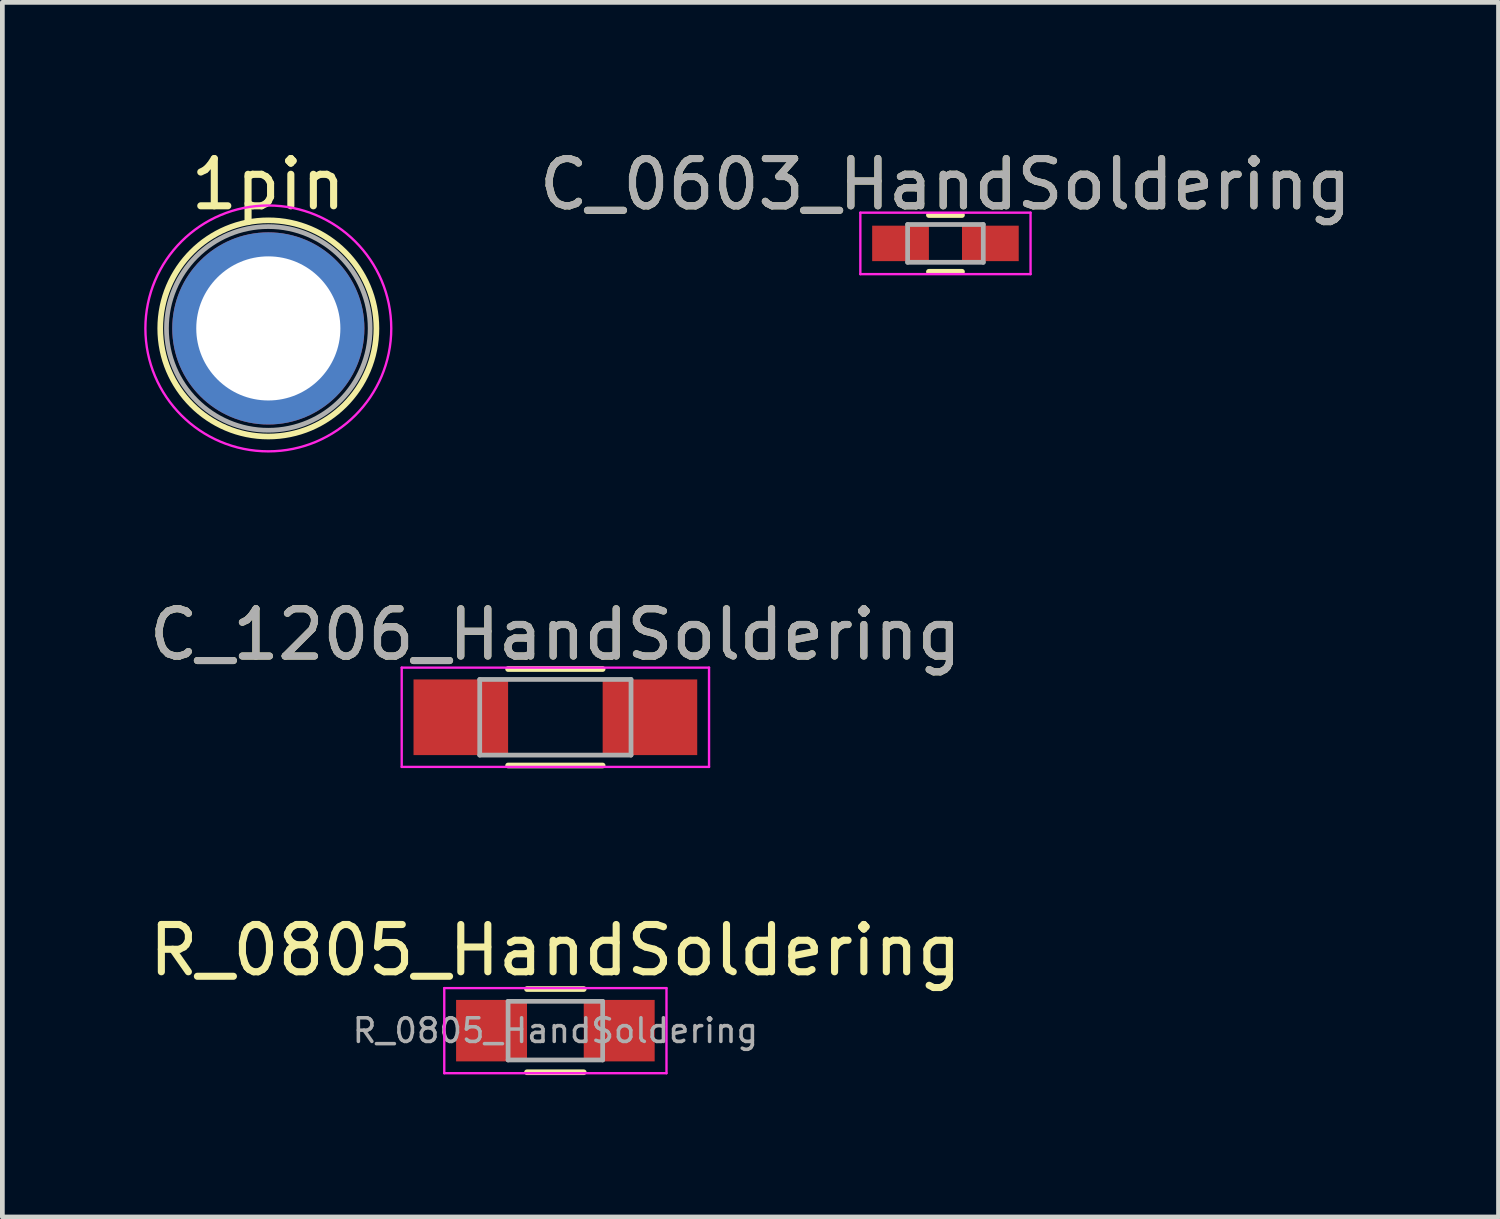
<source format=kicad_pcb>
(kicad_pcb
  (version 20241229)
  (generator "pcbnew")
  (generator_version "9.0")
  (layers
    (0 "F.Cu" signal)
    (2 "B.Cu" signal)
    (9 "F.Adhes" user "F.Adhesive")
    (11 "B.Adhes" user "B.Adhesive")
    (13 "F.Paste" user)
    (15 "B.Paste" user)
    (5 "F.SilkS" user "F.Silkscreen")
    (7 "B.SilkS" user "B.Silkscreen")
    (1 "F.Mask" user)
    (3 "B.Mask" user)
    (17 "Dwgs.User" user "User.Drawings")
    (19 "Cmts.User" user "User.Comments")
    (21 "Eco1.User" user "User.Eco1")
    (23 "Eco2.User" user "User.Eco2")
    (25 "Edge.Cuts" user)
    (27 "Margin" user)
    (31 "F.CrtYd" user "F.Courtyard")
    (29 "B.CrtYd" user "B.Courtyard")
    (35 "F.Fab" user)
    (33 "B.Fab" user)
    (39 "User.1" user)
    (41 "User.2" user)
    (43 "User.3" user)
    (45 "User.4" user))
  (footprint "R_0805_HandSoldering"
    (layer "F.Cu")
    (at 8.696 18.748)
    (property "Reference" "R_0805_HandSoldering" (at 0 -1.7 0) (layer "F.SilkS") (effects (font (size 1 1) (thickness 0.15))))
    (attr smd)
    (fp_line (start -0.6 -0.88) (end 0.6 -0.88) (stroke (width 0.12) (type solid)) (layer "F.SilkS"))
    (fp_line (start 0.6 0.88) (end -0.6 0.88) (stroke (width 0.12) (type solid)) (layer "F.SilkS"))
    (fp_line (start -2.35 -0.9) (end -2.35 0.9) (stroke (width 0.05) (type solid)) (layer "F.CrtYd"))
    (fp_line (start -2.35 -0.9) (end 2.35 -0.9) (stroke (width 0.05) (type solid)) (layer "F.CrtYd"))
    (fp_line (start 2.35 0.9) (end -2.35 0.9) (stroke (width 0.05) (type solid)) (layer "F.CrtYd"))
    (fp_line (start 2.35 0.9) (end 2.35 -0.9) (stroke (width 0.05) (type solid)) (layer "F.CrtYd"))
    (fp_line (start -1 -0.62) (end 1 -0.62) (stroke (width 0.1) (type solid)) (layer "F.Fab"))
    (fp_line (start -1 0.62) (end -1 -0.62) (stroke (width 0.1) (type solid)) (layer "F.Fab"))
    (fp_line (start 1 -0.62) (end 1 0.62) (stroke (width 0.1) (type solid)) (layer "F.Fab"))
    (fp_line (start 1 0.62) (end -1 0.62) (stroke (width 0.1) (type solid)) (layer "F.Fab"))
    (fp_text user "${REFERENCE}" (at 0 0 0) (layer "F.Fab") (effects (font (size 0.5 0.5) (thickness 0.075))))
    (pad "1" smd rect (at -1.35 0) (size 1.5 1.3) (layers "F.Cu" "F.Mask" "F.Paste"))
    (pad "2" smd rect (at 1.35 0) (size 1.5 1.3) (layers "F.Cu" "F.Mask" "F.Paste")))
  (footprint "C_1206_HandSoldering"
    (layer "F.Cu")
    (at 8.696 12.12)
    (property "Reference" "C_1206_HandSoldering" (at 0 -1.75 0) (layer "F.SilkS") (effects (font (size 1 1) (thickness 0.15))))
    (attr smd)
    (fp_line (start -1 1.02) (end 1 1.02) (stroke (width 0.12) (type solid)) (layer "F.SilkS"))
    (fp_line (start 1 -1.02) (end -1 -1.02) (stroke (width 0.12) (type solid)) (layer "F.SilkS"))
    (fp_line (start -3.25 -1.05) (end -3.25 1.05) (stroke (width 0.05) (type solid)) (layer "F.CrtYd"))
    (fp_line (start -3.25 -1.05) (end 3.25 -1.05) (stroke (width 0.05) (type solid)) (layer "F.CrtYd"))
    (fp_line (start 3.25 1.05) (end -3.25 1.05) (stroke (width 0.05) (type solid)) (layer "F.CrtYd"))
    (fp_line (start 3.25 1.05) (end 3.25 -1.05) (stroke (width 0.05) (type solid)) (layer "F.CrtYd"))
    (fp_line (start -1.6 -0.8) (end 1.6 -0.8) (stroke (width 0.1) (type solid)) (layer "F.Fab"))
    (fp_line (start -1.6 0.8) (end -1.6 -0.8) (stroke (width 0.1) (type solid)) (layer "F.Fab"))
    (fp_line (start 1.6 -0.8) (end 1.6 0.8) (stroke (width 0.1) (type solid)) (layer "F.Fab"))
    (fp_line (start 1.6 0.8) (end -1.6 0.8) (stroke (width 0.1) (type solid)) (layer "F.Fab"))
    (fp_text user "${REFERENCE}" (at 0 -1.75 0) (layer "F.Fab") (effects (font (size 1 1) (thickness 0.15))))
    (pad "1" smd rect (at -2 0) (size 2 1.6) (layers "F.Cu" "F.Mask" "F.Paste"))
    (pad "2" smd rect (at 2 0) (size 2 1.6) (layers "F.Cu" "F.Mask" "F.Paste")))
  (footprint "1pin"
    (layer "F.Cu")
    (at 2.625 3.896)
    (property "Reference" "1pin" (at 0 -3.048 0) (layer "F.SilkS") (effects (font (size 1 1) (thickness 0.15))))
    (attr through_hole)
    (fp_circle (center 0 0) (end 0 -2.286) (stroke (width 0.12) (type solid)) (fill no) (layer "F.SilkS"))
    (fp_circle (center 0 0) (end 2.6 0) (stroke (width 0.05) (type solid)) (fill no) (layer "F.CrtYd"))
    (fp_circle (center 0 0) (end 2 0.8) (stroke (width 0.1) (type solid)) (fill no) (layer "F.Fab"))
    (pad "1" thru_hole circle (at 0 0) (size 4.064 4.064) (drill 3.048) (layers "*.Cu" "*.Mask")))
  (footprint "C_0603_HandSoldering"
    (layer "F.Cu")
    (at 16.946 2.098)
    (property "Reference" "C_0603_HandSoldering" (at 0 -1.25 0) (layer "F.SilkS") (effects (font (size 1 1) (thickness 0.15))))
    (attr smd)
    (fp_line (start -0.35 -0.6) (end 0.35 -0.6) (stroke (width 0.12) (type solid)) (layer "F.SilkS"))
    (fp_line (start 0.35 0.6) (end -0.35 0.6) (stroke (width 0.12) (type solid)) (layer "F.SilkS"))
    (fp_line (start -1.8 -0.65) (end -1.8 0.65) (stroke (width 0.05) (type solid)) (layer "F.CrtYd"))
    (fp_line (start -1.8 -0.65) (end 1.8 -0.65) (stroke (width 0.05) (type solid)) (layer "F.CrtYd"))
    (fp_line (start 1.8 0.65) (end -1.8 0.65) (stroke (width 0.05) (type solid)) (layer "F.CrtYd"))
    (fp_line (start 1.8 0.65) (end 1.8 -0.65) (stroke (width 0.05) (type solid)) (layer "F.CrtYd"))
    (fp_line (start -0.8 -0.4) (end 0.8 -0.4) (stroke (width 0.1) (type solid)) (layer "F.Fab"))
    (fp_line (start -0.8 0.4) (end -0.8 -0.4) (stroke (width 0.1) (type solid)) (layer "F.Fab"))
    (fp_line (start 0.8 -0.4) (end 0.8 0.4) (stroke (width 0.1) (type solid)) (layer "F.Fab"))
    (fp_line (start 0.8 0.4) (end -0.8 0.4) (stroke (width 0.1) (type solid)) (layer "F.Fab"))
    (fp_text user "${REFERENCE}" (at 0 -1.25 0) (layer "F.Fab") (effects (font (size 1 1) (thickness 0.15))))
    (pad "1" smd rect (at -0.95 0) (size 1.2 0.75) (layers "F.Cu" "F.Mask" "F.Paste"))
    (pad "2" smd rect (at 0.95 0) (size 1.2 0.75) (layers "F.Cu" "F.Mask" "F.Paste")))
  (gr_rect
    (start -3 -3)
    (end 28.643 22.688)
    (stroke (width 0.1) (type default))
    (fill no)
    (layer "Edge.Cuts")))
</source>
